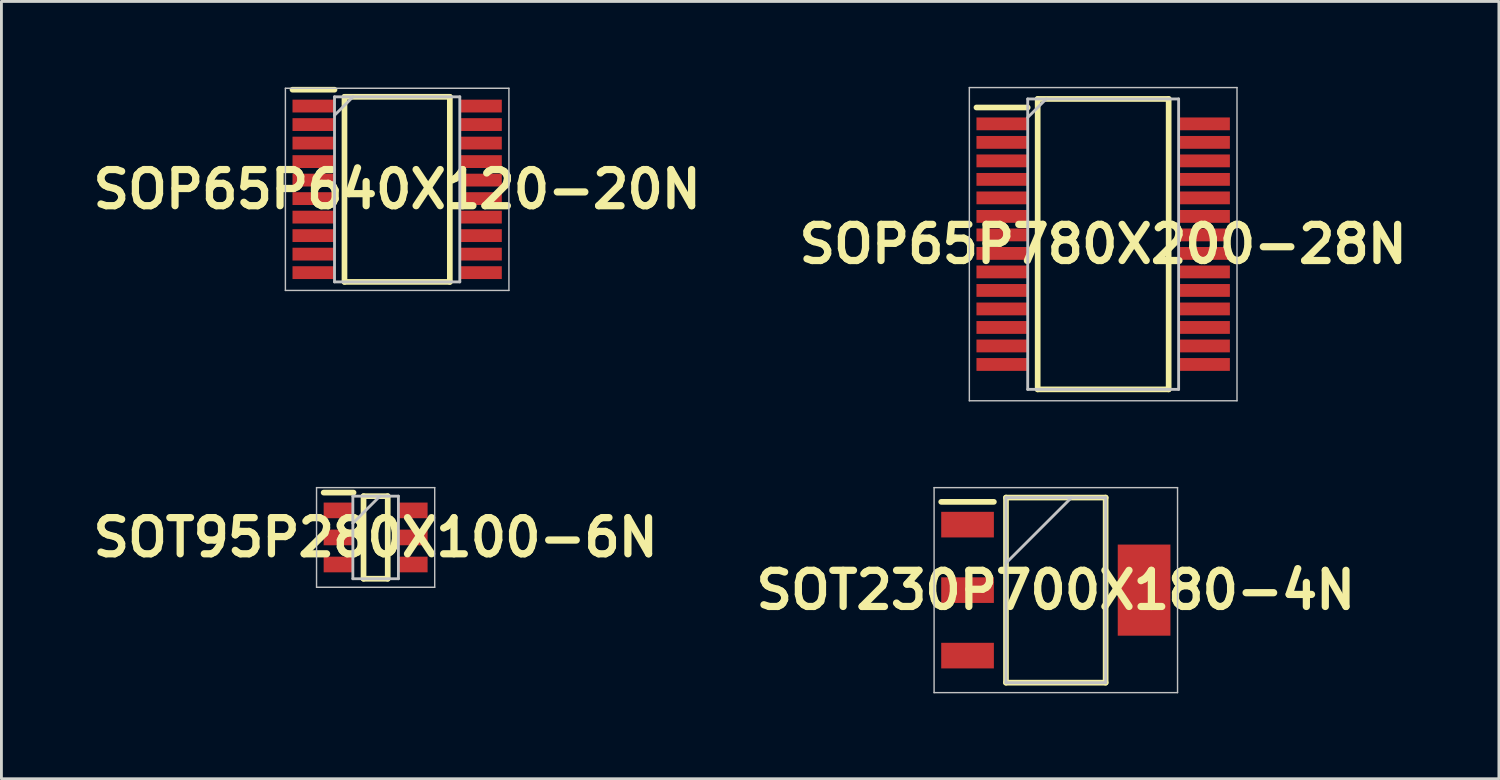
<source format=kicad_pcb>
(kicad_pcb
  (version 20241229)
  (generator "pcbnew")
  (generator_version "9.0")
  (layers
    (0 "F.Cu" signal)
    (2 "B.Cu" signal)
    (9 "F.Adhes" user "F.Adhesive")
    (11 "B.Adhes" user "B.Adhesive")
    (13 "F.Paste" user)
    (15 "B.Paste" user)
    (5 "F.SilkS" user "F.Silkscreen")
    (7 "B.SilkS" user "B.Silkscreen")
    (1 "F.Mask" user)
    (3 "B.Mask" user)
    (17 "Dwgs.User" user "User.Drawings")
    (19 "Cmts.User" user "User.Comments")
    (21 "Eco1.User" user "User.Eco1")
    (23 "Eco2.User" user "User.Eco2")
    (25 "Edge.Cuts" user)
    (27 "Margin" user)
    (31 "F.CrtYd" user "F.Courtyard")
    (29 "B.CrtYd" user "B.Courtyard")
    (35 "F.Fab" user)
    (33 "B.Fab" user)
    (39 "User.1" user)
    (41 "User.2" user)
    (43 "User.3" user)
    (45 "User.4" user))
  (footprint "SOP65P640X120-20N"
    (layer "F.Cu")
    (at 10.898 3.6)
    (property "Reference" "SOP65P640X120-20N" (at 0 0 0) (layer "F.SilkS") (effects (font (size 1.27 1.27) (thickness 0.254))))
    (attr smd)
    (fp_line (start -3.675 -3.5) (end -2.2 -3.5) (stroke (width 0.2) (type solid)) (layer "F.SilkS"))
    (fp_line (start -1.85 -3.25) (end 1.85 -3.25) (stroke (width 0.2) (type solid)) (layer "F.SilkS"))
    (fp_line (start -1.85 3.25) (end -1.85 -3.25) (stroke (width 0.2) (type solid)) (layer "F.SilkS"))
    (fp_line (start 1.85 -3.25) (end 1.85 3.25) (stroke (width 0.2) (type solid)) (layer "F.SilkS"))
    (fp_line (start 1.85 3.25) (end -1.85 3.25) (stroke (width 0.2) (type solid)) (layer "F.SilkS"))
    (fp_line (start -3.925 -3.55) (end 3.925 -3.55) (stroke (width 0.05) (type solid)) (layer "Dwgs.User"))
    (fp_line (start -3.925 3.55) (end -3.925 -3.55) (stroke (width 0.05) (type solid)) (layer "Dwgs.User"))
    (fp_line (start -2.2 -3.25) (end 2.2 -3.25) (stroke (width 0.1) (type solid)) (layer "Dwgs.User"))
    (fp_line (start -2.2 -2.6) (end -1.55 -3.25) (stroke (width 0.1) (type solid)) (layer "Dwgs.User"))
    (fp_line (start -2.2 3.25) (end -2.2 -3.25) (stroke (width 0.1) (type solid)) (layer "Dwgs.User"))
    (fp_line (start 2.2 -3.25) (end 2.2 3.25) (stroke (width 0.1) (type solid)) (layer "Dwgs.User"))
    (fp_line (start 2.2 3.25) (end -2.2 3.25) (stroke (width 0.1) (type solid)) (layer "Dwgs.User"))
    (fp_line (start 3.925 -3.55) (end 3.925 3.55) (stroke (width 0.05) (type solid)) (layer "Dwgs.User"))
    (fp_line (start 3.925 3.55) (end -3.925 3.55) (stroke (width 0.05) (type solid)) (layer "Dwgs.User"))
    (pad "1" smd rect (at -2.938 -2.925 90) (size 0.45 1.475) (layers "F.Cu" "F.Mask" "F.Paste"))
    (pad "2" smd rect (at -2.938 -2.275 90) (size 0.45 1.475) (layers "F.Cu" "F.Mask" "F.Paste"))
    (pad "3" smd rect (at -2.938 -1.625 90) (size 0.45 1.475) (layers "F.Cu" "F.Mask" "F.Paste"))
    (pad "4" smd rect (at -2.938 -0.975 90) (size 0.45 1.475) (layers "F.Cu" "F.Mask" "F.Paste"))
    (pad "5" smd rect (at -2.938 -0.325 90) (size 0.45 1.475) (layers "F.Cu" "F.Mask" "F.Paste"))
    (pad "6" smd rect (at -2.938 0.325 90) (size 0.45 1.475) (layers "F.Cu" "F.Mask" "F.Paste"))
    (pad "7" smd rect (at -2.938 0.975 90) (size 0.45 1.475) (layers "F.Cu" "F.Mask" "F.Paste"))
    (pad "8" smd rect (at -2.938 1.625 90) (size 0.45 1.475) (layers "F.Cu" "F.Mask" "F.Paste"))
    (pad "9" smd rect (at -2.938 2.275 90) (size 0.45 1.475) (layers "F.Cu" "F.Mask" "F.Paste"))
    (pad "10" smd rect (at -2.938 2.925 90) (size 0.45 1.475) (layers "F.Cu" "F.Mask" "F.Paste"))
    (pad "11" smd rect (at 2.938 2.925 90) (size 0.45 1.475) (layers "F.Cu" "F.Mask" "F.Paste"))
    (pad "12" smd rect (at 2.938 2.275 90) (size 0.45 1.475) (layers "F.Cu" "F.Mask" "F.Paste"))
    (pad "13" smd rect (at 2.938 1.625 90) (size 0.45 1.475) (layers "F.Cu" "F.Mask" "F.Paste"))
    (pad "14" smd rect (at 2.938 0.975 90) (size 0.45 1.475) (layers "F.Cu" "F.Mask" "F.Paste"))
    (pad "15" smd rect (at 2.938 0.325 90) (size 0.45 1.475) (layers "F.Cu" "F.Mask" "F.Paste"))
    (pad "16" smd rect (at 2.938 -0.325 90) (size 0.45 1.475) (layers "F.Cu" "F.Mask" "F.Paste"))
    (pad "17" smd rect (at 2.938 -0.975 90) (size 0.45 1.475) (layers "F.Cu" "F.Mask" "F.Paste"))
    (pad "18" smd rect (at 2.938 -1.625 90) (size 0.45 1.475) (layers "F.Cu" "F.Mask" "F.Paste"))
    (pad "19" smd rect (at 2.938 -2.275 90) (size 0.45 1.475) (layers "F.Cu" "F.Mask" "F.Paste"))
    (pad "20" smd rect (at 2.938 -2.925 90) (size 0.45 1.475) (layers "F.Cu" "F.Mask" "F.Paste")))
  (footprint "SOP65P780X200-28N"
    (layer "F.Cu")
    (at 35.693 5.525)
    (property "Reference" "SOP65P780X200-28N" (at 0 0 0) (layer "F.SilkS") (effects (font (size 1.27 1.27) (thickness 0.254))))
    (attr smd)
    (fp_line (start -4.45 -4.8) (end -2.65 -4.8) (stroke (width 0.2) (type solid)) (layer "F.SilkS"))
    (fp_line (start -2.3 -5.1) (end 2.3 -5.1) (stroke (width 0.2) (type solid)) (layer "F.SilkS"))
    (fp_line (start -2.3 5.1) (end -2.3 -5.1) (stroke (width 0.2) (type solid)) (layer "F.SilkS"))
    (fp_line (start 2.3 -5.1) (end 2.3 5.1) (stroke (width 0.2) (type solid)) (layer "F.SilkS"))
    (fp_line (start 2.3 5.1) (end -2.3 5.1) (stroke (width 0.2) (type solid)) (layer "F.SilkS"))
    (fp_line (start -4.7 -5.5) (end 4.7 -5.5) (stroke (width 0.05) (type solid)) (layer "Dwgs.User"))
    (fp_line (start -4.7 5.5) (end -4.7 -5.5) (stroke (width 0.05) (type solid)) (layer "Dwgs.User"))
    (fp_line (start -2.65 -5.1) (end 2.65 -5.1) (stroke (width 0.1) (type solid)) (layer "Dwgs.User"))
    (fp_line (start -2.65 -4.45) (end -2 -5.1) (stroke (width 0.1) (type solid)) (layer "Dwgs.User"))
    (fp_line (start -2.65 5.1) (end -2.65 -5.1) (stroke (width 0.1) (type solid)) (layer "Dwgs.User"))
    (fp_line (start 2.65 -5.1) (end 2.65 5.1) (stroke (width 0.1) (type solid)) (layer "Dwgs.User"))
    (fp_line (start 2.65 5.1) (end -2.65 5.1) (stroke (width 0.1) (type solid)) (layer "Dwgs.User"))
    (fp_line (start 4.7 -5.5) (end 4.7 5.5) (stroke (width 0.05) (type solid)) (layer "Dwgs.User"))
    (fp_line (start 4.7 5.5) (end -4.7 5.5) (stroke (width 0.05) (type solid)) (layer "Dwgs.User"))
    (pad "1" smd rect (at -3.55 -4.225 90) (size 0.45 1.8) (layers "F.Cu" "F.Mask" "F.Paste"))
    (pad "2" smd rect (at -3.55 -3.575 90) (size 0.45 1.8) (layers "F.Cu" "F.Mask" "F.Paste"))
    (pad "3" smd rect (at -3.55 -2.925 90) (size 0.45 1.8) (layers "F.Cu" "F.Mask" "F.Paste"))
    (pad "4" smd rect (at -3.55 -2.275 90) (size 0.45 1.8) (layers "F.Cu" "F.Mask" "F.Paste"))
    (pad "5" smd rect (at -3.55 -1.625 90) (size 0.45 1.8) (layers "F.Cu" "F.Mask" "F.Paste"))
    (pad "6" smd rect (at -3.55 -0.975 90) (size 0.45 1.8) (layers "F.Cu" "F.Mask" "F.Paste"))
    (pad "7" smd rect (at -3.55 -0.325 90) (size 0.45 1.8) (layers "F.Cu" "F.Mask" "F.Paste"))
    (pad "8" smd rect (at -3.55 0.325 90) (size 0.45 1.8) (layers "F.Cu" "F.Mask" "F.Paste"))
    (pad "9" smd rect (at -3.55 0.975 90) (size 0.45 1.8) (layers "F.Cu" "F.Mask" "F.Paste"))
    (pad "10" smd rect (at -3.55 1.625 90) (size 0.45 1.8) (layers "F.Cu" "F.Mask" "F.Paste"))
    (pad "11" smd rect (at -3.55 2.275 90) (size 0.45 1.8) (layers "F.Cu" "F.Mask" "F.Paste"))
    (pad "12" smd rect (at -3.55 2.925 90) (size 0.45 1.8) (layers "F.Cu" "F.Mask" "F.Paste"))
    (pad "13" smd rect (at -3.55 3.575 90) (size 0.45 1.8) (layers "F.Cu" "F.Mask" "F.Paste"))
    (pad "14" smd rect (at -3.55 4.225 90) (size 0.45 1.8) (layers "F.Cu" "F.Mask" "F.Paste"))
    (pad "15" smd rect (at 3.55 4.225 90) (size 0.45 1.8) (layers "F.Cu" "F.Mask" "F.Paste"))
    (pad "16" smd rect (at 3.55 3.575 90) (size 0.45 1.8) (layers "F.Cu" "F.Mask" "F.Paste"))
    (pad "17" smd rect (at 3.55 2.925 90) (size 0.45 1.8) (layers "F.Cu" "F.Mask" "F.Paste"))
    (pad "18" smd rect (at 3.55 2.275 90) (size 0.45 1.8) (layers "F.Cu" "F.Mask" "F.Paste"))
    (pad "19" smd rect (at 3.55 1.625 90) (size 0.45 1.8) (layers "F.Cu" "F.Mask" "F.Paste"))
    (pad "20" smd rect (at 3.55 0.975 90) (size 0.45 1.8) (layers "F.Cu" "F.Mask" "F.Paste"))
    (pad "21" smd rect (at 3.55 0.325 90) (size 0.45 1.8) (layers "F.Cu" "F.Mask" "F.Paste"))
    (pad "22" smd rect (at 3.55 -0.325 90) (size 0.45 1.8) (layers "F.Cu" "F.Mask" "F.Paste"))
    (pad "23" smd rect (at 3.55 -0.975 90) (size 0.45 1.8) (layers "F.Cu" "F.Mask" "F.Paste"))
    (pad "24" smd rect (at 3.55 -1.625 90) (size 0.45 1.8) (layers "F.Cu" "F.Mask" "F.Paste"))
    (pad "25" smd rect (at 3.55 -2.275 90) (size 0.45 1.8) (layers "F.Cu" "F.Mask" "F.Paste"))
    (pad "26" smd rect (at 3.55 -2.925 90) (size 0.45 1.8) (layers "F.Cu" "F.Mask" "F.Paste"))
    (pad "27" smd rect (at 3.55 -3.575 90) (size 0.45 1.8) (layers "F.Cu" "F.Mask" "F.Paste"))
    (pad "28" smd rect (at 3.55 -4.225 90) (size 0.45 1.8) (layers "F.Cu" "F.Mask" "F.Paste")))
  (footprint "SOT95P280X100-6N"
    (layer "F.Cu")
    (at 10.142 15.825)
    (property "Reference" "SOT95P280X100-6N" (at 0 0 0) (layer "F.SilkS") (effects (font (size 1.27 1.27) (thickness 0.254))))
    (attr smd)
    (fp_line (start -1.825 -1.575) (end -0.775 -1.575) (stroke (width 0.2) (type solid)) (layer "F.SilkS"))
    (fp_line (start -0.425 -1.45) (end 0.425 -1.45) (stroke (width 0.2) (type solid)) (layer "F.SilkS"))
    (fp_line (start -0.425 1.45) (end -0.425 -1.45) (stroke (width 0.2) (type solid)) (layer "F.SilkS"))
    (fp_line (start 0.425 -1.45) (end 0.425 1.45) (stroke (width 0.2) (type solid)) (layer "F.SilkS"))
    (fp_line (start 0.425 1.45) (end -0.425 1.45) (stroke (width 0.2) (type solid)) (layer "F.SilkS"))
    (fp_line (start -2.075 -1.75) (end 2.075 -1.75) (stroke (width 0.05) (type solid)) (layer "Dwgs.User"))
    (fp_line (start -2.075 1.75) (end -2.075 -1.75) (stroke (width 0.05) (type solid)) (layer "Dwgs.User"))
    (fp_line (start -0.8 -1.45) (end 0.8 -1.45) (stroke (width 0.1) (type solid)) (layer "Dwgs.User"))
    (fp_line (start -0.8 -0.5) (end 0.15 -1.45) (stroke (width 0.1) (type solid)) (layer "Dwgs.User"))
    (fp_line (start -0.8 1.45) (end -0.8 -1.45) (stroke (width 0.1) (type solid)) (layer "Dwgs.User"))
    (fp_line (start 0.8 -1.45) (end 0.8 1.45) (stroke (width 0.1) (type solid)) (layer "Dwgs.User"))
    (fp_line (start 0.8 1.45) (end -0.8 1.45) (stroke (width 0.1) (type solid)) (layer "Dwgs.User"))
    (fp_line (start 2.075 -1.75) (end 2.075 1.75) (stroke (width 0.05) (type solid)) (layer "Dwgs.User"))
    (fp_line (start 2.075 1.75) (end -2.075 1.75) (stroke (width 0.05) (type solid)) (layer "Dwgs.User"))
    (pad "1" smd rect (at -1.3 -0.95 90) (size 0.55 1.05) (layers "F.Cu" "F.Mask" "F.Paste"))
    (pad "2" smd rect (at -1.3 0 90) (size 0.55 1.05) (layers "F.Cu" "F.Mask" "F.Paste"))
    (pad "3" smd rect (at -1.3 0.95 90) (size 0.55 1.05) (layers "F.Cu" "F.Mask" "F.Paste"))
    (pad "4" smd rect (at 1.3 0.95 90) (size 0.55 1.05) (layers "F.Cu" "F.Mask" "F.Paste"))
    (pad "5" smd rect (at 1.3 0 90) (size 0.55 1.05) (layers "F.Cu" "F.Mask" "F.Paste"))
    (pad "6" smd rect (at 1.3 -0.95 90) (size 0.55 1.05) (layers "F.Cu" "F.Mask" "F.Paste")))
  (footprint "SOT230P700X180-4N"
    (layer "F.Cu")
    (at 34.03 17.675)
    (property "Reference" "SOT230P700X180-4N" (at 0 0 0) (layer "F.SilkS") (effects (font (size 1.27 1.27) (thickness 0.254))))
    (attr smd)
    (fp_line (start -4.025 -3.1) (end -2.175 -3.1) (stroke (width 0.2) (type solid)) (layer "F.SilkS"))
    (fp_line (start -1.75 -3.25) (end 1.75 -3.25) (stroke (width 0.2) (type solid)) (layer "F.SilkS"))
    (fp_line (start -1.75 3.25) (end -1.75 -3.25) (stroke (width 0.2) (type solid)) (layer "F.SilkS"))
    (fp_line (start 1.75 -3.25) (end 1.75 3.25) (stroke (width 0.2) (type solid)) (layer "F.SilkS"))
    (fp_line (start 1.75 3.25) (end -1.75 3.25) (stroke (width 0.2) (type solid)) (layer "F.SilkS"))
    (fp_line (start -4.275 -3.6) (end 4.275 -3.6) (stroke (width 0.05) (type solid)) (layer "Dwgs.User"))
    (fp_line (start -4.275 3.6) (end -4.275 -3.6) (stroke (width 0.05) (type solid)) (layer "Dwgs.User"))
    (fp_line (start -1.75 -3.25) (end 1.75 -3.25) (stroke (width 0.1) (type solid)) (layer "Dwgs.User"))
    (fp_line (start -1.75 -0.95) (end 0.55 -3.25) (stroke (width 0.1) (type solid)) (layer "Dwgs.User"))
    (fp_line (start -1.75 3.25) (end -1.75 -3.25) (stroke (width 0.1) (type solid)) (layer "Dwgs.User"))
    (fp_line (start 1.75 -3.25) (end 1.75 3.25) (stroke (width 0.1) (type solid)) (layer "Dwgs.User"))
    (fp_line (start 1.75 3.25) (end -1.75 3.25) (stroke (width 0.1) (type solid)) (layer "Dwgs.User"))
    (fp_line (start 4.275 -3.6) (end 4.275 3.6) (stroke (width 0.05) (type solid)) (layer "Dwgs.User"))
    (fp_line (start 4.275 3.6) (end -4.275 3.6) (stroke (width 0.05) (type solid)) (layer "Dwgs.User"))
    (pad "1" smd rect (at -3.1 -2.3 90) (size 0.9 1.85) (layers "F.Cu" "F.Mask" "F.Paste"))
    (pad "2" smd rect (at -3.1 0 90) (size 0.9 1.85) (layers "F.Cu" "F.Mask" "F.Paste"))
    (pad "3" smd rect (at -3.1 2.3 90) (size 0.9 1.85) (layers "F.Cu" "F.Mask" "F.Paste"))
    (pad "4" smd rect (at 3.1 0) (size 1.85 3.2) (layers "F.Cu" "F.Mask" "F.Paste")))
  (gr_rect
    (start -3 -3)
    (end 49.591 24.3)
    (stroke (width 0.1) (type default))
    (fill no)
    (layer "Edge.Cuts")))
</source>
